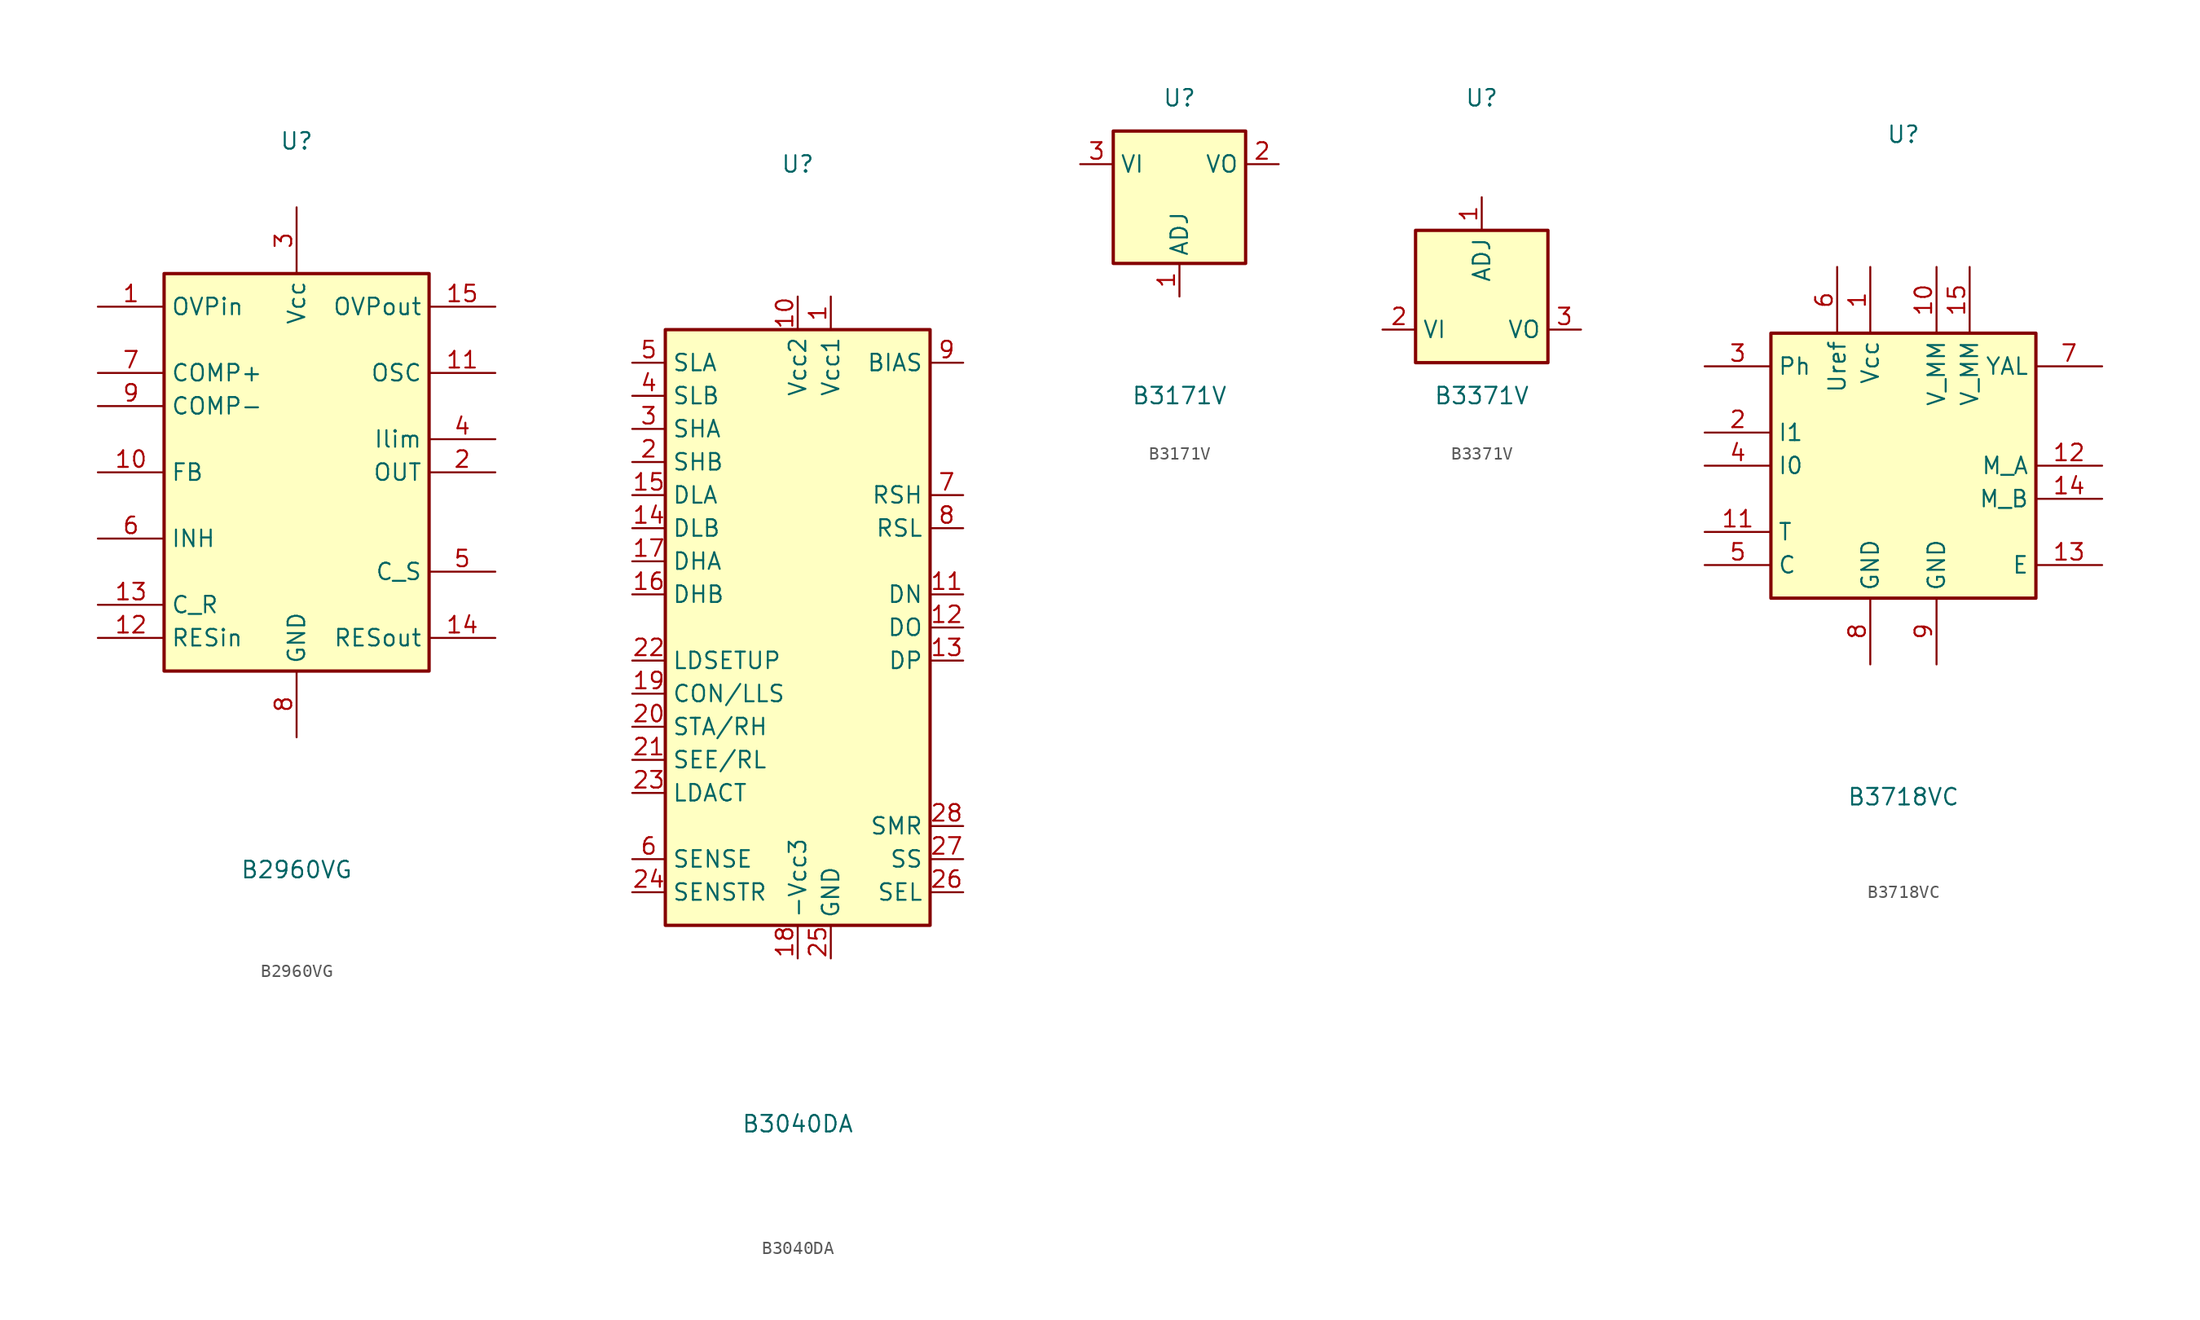
<source format=kicad_sym>
(kicad_symbol_lib
  (version 20211014)
  (generator kicad_symbol_editor)
  (symbol "B2960VG"
    (property "Reference" "U"
      (at 0 25.4 0)
      (effects (font (size 1.27 1.27))))
    (property "Value" "B2960VG"
      (at 0 -30.48 0)
      (effects (font (size 1.27 1.27))))
    (symbol "B2960VG_0_0"
      (pin input line (at -15.24 12.7 0) (length 5.08) (name "OVPin" (effects (font (size 1.27 1.27)))) (number "1" (effects (font (size 1.27 1.27)))))
      (pin input line (at -15.24 0 0) (length 5.08) (name "FB" (effects (font (size 1.27 1.27)))) (number "10" (effects (font (size 1.27 1.27)))))
      (pin output line (at 15.24 7.62 180) (length 5.08) (name "OSC" (effects (font (size 1.27 1.27)))) (number "11" (effects (font (size 1.27 1.27)))))
      (pin input line (at -15.24 -12.7 0) (length 5.08) (name "RESin" (effects (font (size 1.27 1.27)))) (number "12" (effects (font (size 1.27 1.27)))))
      (pin passive line (at -15.24 -10.16 0) (length 5.08) (name "C_R" (effects (font (size 1.27 1.27)))) (number "13" (effects (font (size 1.27 1.27)))))
      (pin output line (at 15.24 -12.7 180) (length 5.08) (name "RESout" (effects (font (size 1.27 1.27)))) (number "14" (effects (font (size 1.27 1.27)))))
      (pin output line (at 15.24 12.7 180) (length 5.08) (name "OVPout" (effects (font (size 1.27 1.27)))) (number "15" (effects (font (size 1.27 1.27)))))
      (pin output line (at 15.24 0 180) (length 5.08) (name "OUT" (effects (font (size 1.27 1.27)))) (number "2" (effects (font (size 1.27 1.27)))))
      (pin power_in line (at 0 20.32 270) (length 5.08) (name "Vcc" (effects (font (size 1.27 1.27)))) (number "3" (effects (font (size 1.27 1.27)))))
      (pin passive line (at 15.24 2.54 180) (length 5.08) (name "Ilim" (effects (font (size 1.27 1.27)))) (number "4" (effects (font (size 1.27 1.27)))))
      (pin passive line (at 15.24 -7.62 180) (length 5.08) (name "C_S" (effects (font (size 1.27 1.27)))) (number "5" (effects (font (size 1.27 1.27)))))
      (pin input line (at -15.24 -5.08 0) (length 5.08) (name "INH" (effects (font (size 1.27 1.27)))) (number "6" (effects (font (size 1.27 1.27)))))
      (pin input line (at -15.24 7.62 0) (length 5.08) (name "COMP+" (effects (font (size 1.27 1.27)))) (number "7" (effects (font (size 1.27 1.27)))))
      (pin power_in line (at 0 -20.32 90) (length 5.08) (name "GND" (effects (font (size 1.27 1.27)))) (number "8" (effects (font (size 1.27 1.27)))))
      (pin input line (at -15.24 5.08 0) (length 5.08) (name "COMP-" (effects (font (size 1.27 1.27)))) (number "9" (effects (font (size 1.27 1.27))))))
    (symbol "B2960VG_0_1"
      (rectangle (start -10.16 15.24) (end 10.16 -15.24) (stroke (width 0.254) (type default) (color 0 0 0 0)) (fill (type background)))))
  (symbol "B3040DA"
    (property "Reference" "U"
      (at 0 35.56 0)
      (effects (font (size 1.27 1.27))))
    (property "Value" "B3040DA"
      (at 0 -38.1 0)
      (effects (font (size 1.27 1.27))))
    (symbol "B3040DA_0_0"
      (pin power_in line (at 2.54 25.4 270) (length 2.54) (name "Vcc1" (effects (font (size 1.27 1.27)))) (number "1" (effects (font (size 1.27 1.27)))))
      (pin power_in line (at 0 25.4 270) (length 2.54) (name "Vcc2" (effects (font (size 1.27 1.27)))) (number "10" (effects (font (size 1.27 1.27)))))
      (pin output line (at 12.7 2.54 180) (length 2.54) (name "DN" (effects (font (size 1.27 1.27)))) (number "11" (effects (font (size 1.27 1.27)))))
      (pin output line (at 12.7 0 180) (length 2.54) (name "DO" (effects (font (size 1.27 1.27)))) (number "12" (effects (font (size 1.27 1.27)))))
      (pin output line (at 12.7 -2.54 180) (length 2.54) (name "DP" (effects (font (size 1.27 1.27)))) (number "13" (effects (font (size 1.27 1.27)))))
      (pin input line (at -12.7 7.62 0) (length 2.54) (name "DLB" (effects (font (size 1.27 1.27)))) (number "14" (effects (font (size 1.27 1.27)))))
      (pin input line (at -12.7 10.16 0) (length 2.54) (name "DLA" (effects (font (size 1.27 1.27)))) (number "15" (effects (font (size 1.27 1.27)))))
      (pin input line (at -12.7 2.54 0) (length 2.54) (name "DHB" (effects (font (size 1.27 1.27)))) (number "16" (effects (font (size 1.27 1.27)))))
      (pin input line (at -12.7 5.08 0) (length 2.54) (name "DHA" (effects (font (size 1.27 1.27)))) (number "17" (effects (font (size 1.27 1.27)))))
      (pin power_in line (at 0 -25.4 90) (length 2.54) (name "-Vcc3" (effects (font (size 1.27 1.27)))) (number "18" (effects (font (size 1.27 1.27)))))
      (pin input line (at -12.7 -5.08 0) (length 2.54) (name "CON/LLS" (effects (font (size 1.27 1.27)))) (number "19" (effects (font (size 1.27 1.27)))))
      (pin input line (at -12.7 12.7 0) (length 2.54) (name "SHB" (effects (font (size 1.27 1.27)))) (number "2" (effects (font (size 1.27 1.27)))))
      (pin input line (at -12.7 -7.62 0) (length 2.54) (name "STA/RH" (effects (font (size 1.27 1.27)))) (number "20" (effects (font (size 1.27 1.27)))))
      (pin input line (at -12.7 -10.16 0) (length 2.54) (name "SEE/RL" (effects (font (size 1.27 1.27)))) (number "21" (effects (font (size 1.27 1.27)))))
      (pin input line (at -12.7 -2.54 0) (length 2.54) (name "LDSETUP" (effects (font (size 1.27 1.27)))) (number "22" (effects (font (size 1.27 1.27)))))
      (pin input line (at -12.7 -12.7 0) (length 2.54) (name "LDACT" (effects (font (size 1.27 1.27)))) (number "23" (effects (font (size 1.27 1.27)))))
      (pin input line (at -12.7 -20.32 0) (length 2.54) (name "SENSTR" (effects (font (size 1.27 1.27)))) (number "24" (effects (font (size 1.27 1.27)))))
      (pin power_in line (at 2.54 -25.4 90) (length 2.54) (name "GND" (effects (font (size 1.27 1.27)))) (number "25" (effects (font (size 1.27 1.27)))))
      (pin output line (at 12.7 -20.32 180) (length 2.54) (name "SEL" (effects (font (size 1.27 1.27)))) (number "26" (effects (font (size 1.27 1.27)))))
      (pin output line (at 12.7 -17.78 180) (length 2.54) (name "SS" (effects (font (size 1.27 1.27)))) (number "27" (effects (font (size 1.27 1.27)))))
      (pin output line (at 12.7 -15.24 180) (length 2.54) (name "SMR" (effects (font (size 1.27 1.27)))) (number "28" (effects (font (size 1.27 1.27)))))
      (pin input line (at -12.7 15.24 0) (length 2.54) (name "SHA" (effects (font (size 1.27 1.27)))) (number "3" (effects (font (size 1.27 1.27)))))
      (pin input line (at -12.7 17.78 0) (length 2.54) (name "SLB" (effects (font (size 1.27 1.27)))) (number "4" (effects (font (size 1.27 1.27)))))
      (pin input line (at -12.7 20.32 0) (length 2.54) (name "SLA" (effects (font (size 1.27 1.27)))) (number "5" (effects (font (size 1.27 1.27)))))
      (pin input line (at -12.7 -17.78 0) (length 2.54) (name "SENSE" (effects (font (size 1.27 1.27)))) (number "6" (effects (font (size 1.27 1.27)))))
      (pin output line (at 12.7 10.16 180) (length 2.54) (name "RSH" (effects (font (size 1.27 1.27)))) (number "7" (effects (font (size 1.27 1.27)))))
      (pin output line (at 12.7 7.62 180) (length 2.54) (name "RSL" (effects (font (size 1.27 1.27)))) (number "8" (effects (font (size 1.27 1.27)))))
      (pin passive line (at 12.7 20.32 180) (length 2.54) (name "BIAS" (effects (font (size 1.27 1.27)))) (number "9" (effects (font (size 1.27 1.27))))))
    (symbol "B3040DA_0_1"
      (rectangle (start -10.16 22.86) (end 10.16 -22.86) (stroke (width 0.254) (type default) (color 0 0 0 0)) (fill (type background)))))
  (symbol "B3171V"
    (property "Reference" "U"
      (at 0 7.62 0)
      (effects (font (size 1.27 1.27))))
    (property "Value" "B3171V"
      (at 0 -15.24 0)
      (effects (font (size 1.27 1.27))))
    (symbol "B3171V_1_1"
      (rectangle (start -5.08 5.08) (end 5.08 -5.08) (stroke (width 0.254) (type default) (color 0 0 0 0)) (fill (type background)))
      (pin input line (at 0 -7.62 90) (length 2.54) (name "ADJ" (effects (font (size 1.27 1.27)))) (number "1" (effects (font (size 1.27 1.27)))))
      (pin power_out line (at 7.62 2.54 180) (length 2.54) (name "VO" (effects (font (size 1.27 1.27)))) (number "2" (effects (font (size 1.27 1.27)))))
      (pin power_in line (at -7.62 2.54 0) (length 2.54) (name "VI" (effects (font (size 1.27 1.27)))) (number "3" (effects (font (size 1.27 1.27)))))))
  (symbol "B3371V"
    (property "Reference" "U"
      (at 0 15.24 0)
      (effects (font (size 1.27 1.27))))
    (property "Value" "B3371V"
      (at 0 -7.62 0)
      (effects (font (size 1.27 1.27))))
    (symbol "B3371V_1_1"
      (rectangle (start -5.08 5.08) (end 5.08 -5.08) (stroke (width 0.254) (type default) (color 0 0 0 0)) (fill (type background)))
      (pin input line (at 0 7.62 270) (length 2.54) (name "ADJ" (effects (font (size 1.27 1.27)))) (number "1" (effects (font (size 1.27 1.27)))))
      (pin power_in line (at -7.62 -2.54 0) (length 2.54) (name "VI" (effects (font (size 1.27 1.27)))) (number "2" (effects (font (size 1.27 1.27)))))
      (pin power_out line (at 7.62 -2.54 180) (length 2.54) (name "VO" (effects (font (size 1.27 1.27)))) (number "3" (effects (font (size 1.27 1.27)))))))
  (symbol "B3718VC"
    (property "Reference" "U"
      (at 0 25.4 0)
      (effects (font (size 1.27 1.27))))
    (property "Value" "B3718VC"
      (at 0 -25.4 0)
      (effects (font (size 1.27 1.27))))
    (symbol "B3718VC_0_0"
      (pin power_in line (at -2.54 15.24 270) (length 5.08) (name "Vcc" (effects (font (size 1.27 1.27)))) (number "1" (effects (font (size 1.27 1.27)))))
      (pin power_in line (at 2.54 15.24 270) (length 5.08) (name "V_MM" (effects (font (size 1.27 1.27)))) (number "10" (effects (font (size 1.27 1.27)))))
      (pin input line (at -15.24 -5.08 0) (length 5.08) (name "T" (effects (font (size 1.27 1.27)))) (number "11" (effects (font (size 1.27 1.27)))))
      (pin output line (at 15.24 0 180) (length 5.08) (name "M_A" (effects (font (size 1.27 1.27)))) (number "12" (effects (font (size 1.27 1.27)))))
      (pin passive line (at 15.24 -7.62 180) (length 5.08) (name "E" (effects (font (size 1.27 1.27)))) (number "13" (effects (font (size 1.27 1.27)))))
      (pin output line (at 15.24 -2.54 180) (length 5.08) (name "M_B" (effects (font (size 1.27 1.27)))) (number "14" (effects (font (size 1.27 1.27)))))
      (pin power_in line (at 5.08 15.24 270) (length 5.08) (name "V_MM" (effects (font (size 1.27 1.27)))) (number "15" (effects (font (size 1.27 1.27)))))
      (pin input line (at -15.24 2.54 0) (length 5.08) (name "I1" (effects (font (size 1.27 1.27)))) (number "2" (effects (font (size 1.27 1.27)))))
      (pin input line (at -15.24 7.62 0) (length 5.08) (name "Ph" (effects (font (size 1.27 1.27)))) (number "3" (effects (font (size 1.27 1.27)))))
      (pin input line (at -15.24 0 0) (length 5.08) (name "I0" (effects (font (size 1.27 1.27)))) (number "4" (effects (font (size 1.27 1.27)))))
      (pin input line (at -15.24 -7.62 0) (length 5.08) (name "C" (effects (font (size 1.27 1.27)))) (number "5" (effects (font (size 1.27 1.27)))))
      (pin power_in line (at -5.08 15.24 270) (length 5.08) (name "Uref" (effects (font (size 1.27 1.27)))) (number "6" (effects (font (size 1.27 1.27)))))
      (pin output line (at 15.24 7.62 180) (length 5.08) (name "YAL" (effects (font (size 1.27 1.27)))) (number "7" (effects (font (size 1.27 1.27)))))
      (pin power_in line (at -2.54 -15.24 90) (length 5.08) (name "GND" (effects (font (size 1.27 1.27)))) (number "8" (effects (font (size 1.27 1.27)))))
      (pin power_in line (at 2.54 -15.24 90) (length 5.08) (name "GND" (effects (font (size 1.27 1.27)))) (number "9" (effects (font (size 1.27 1.27))))))
    (symbol "B3718VC_0_1"
      (rectangle (start -10.16 10.16) (end 10.16 -10.16) (stroke (width 0.254) (type default) (color 0 0 0 0)) (fill (type background))))))
</source>
